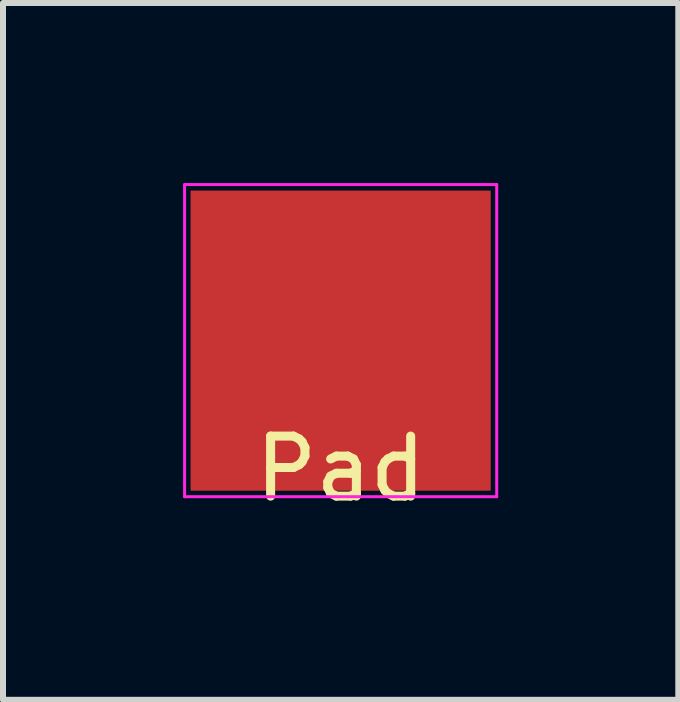
<source format=kicad_pcb>
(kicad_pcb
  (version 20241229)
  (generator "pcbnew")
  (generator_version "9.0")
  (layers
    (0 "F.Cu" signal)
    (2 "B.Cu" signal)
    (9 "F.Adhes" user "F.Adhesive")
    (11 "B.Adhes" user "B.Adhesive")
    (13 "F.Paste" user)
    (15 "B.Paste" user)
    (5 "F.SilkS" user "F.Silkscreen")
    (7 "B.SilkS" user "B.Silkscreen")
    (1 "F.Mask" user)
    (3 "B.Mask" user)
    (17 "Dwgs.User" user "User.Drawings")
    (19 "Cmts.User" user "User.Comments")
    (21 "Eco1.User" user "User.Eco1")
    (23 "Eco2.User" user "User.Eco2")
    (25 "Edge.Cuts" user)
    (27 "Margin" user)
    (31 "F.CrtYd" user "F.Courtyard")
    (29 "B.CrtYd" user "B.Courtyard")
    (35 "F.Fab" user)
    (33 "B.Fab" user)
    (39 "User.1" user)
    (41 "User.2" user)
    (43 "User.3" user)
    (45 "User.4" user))
  (footprint "Pad"
    (layer "F.Cu")
    (at 2.625 2.625)
    (property "Reference" "Pad" (at 0 2.135 0) (layer "F.SilkS") (effects (font (size 1 1) (thickness 0.15))))
    (attr through_hole)
    (fp_line (start -2.6 -2.6) (end -2.6 2.6) (stroke (width 0.05) (type solid)) (layer "F.CrtYd"))
    (fp_line (start -2.6 2.6) (end 2.6 2.6) (stroke (width 0.05) (type solid)) (layer "F.CrtYd"))
    (fp_line (start 2.6 -2.6) (end -2.6 -2.6) (stroke (width 0.05) (type solid)) (layer "F.CrtYd"))
    (fp_line (start 2.6 2.6) (end 2.6 -2.6) (stroke (width 0.05) (type solid)) (layer "F.CrtYd"))
    (pad "1" smd rect (at 0 0) (size 5 5) (layers "F.Cu" "F.Mask" "F.Paste")))
  (gr_rect
    (start -3 -3)
    (end 8.25 8.608)
    (stroke (width 0.1) (type default))
    (fill no)
    (layer "Edge.Cuts")))
</source>
